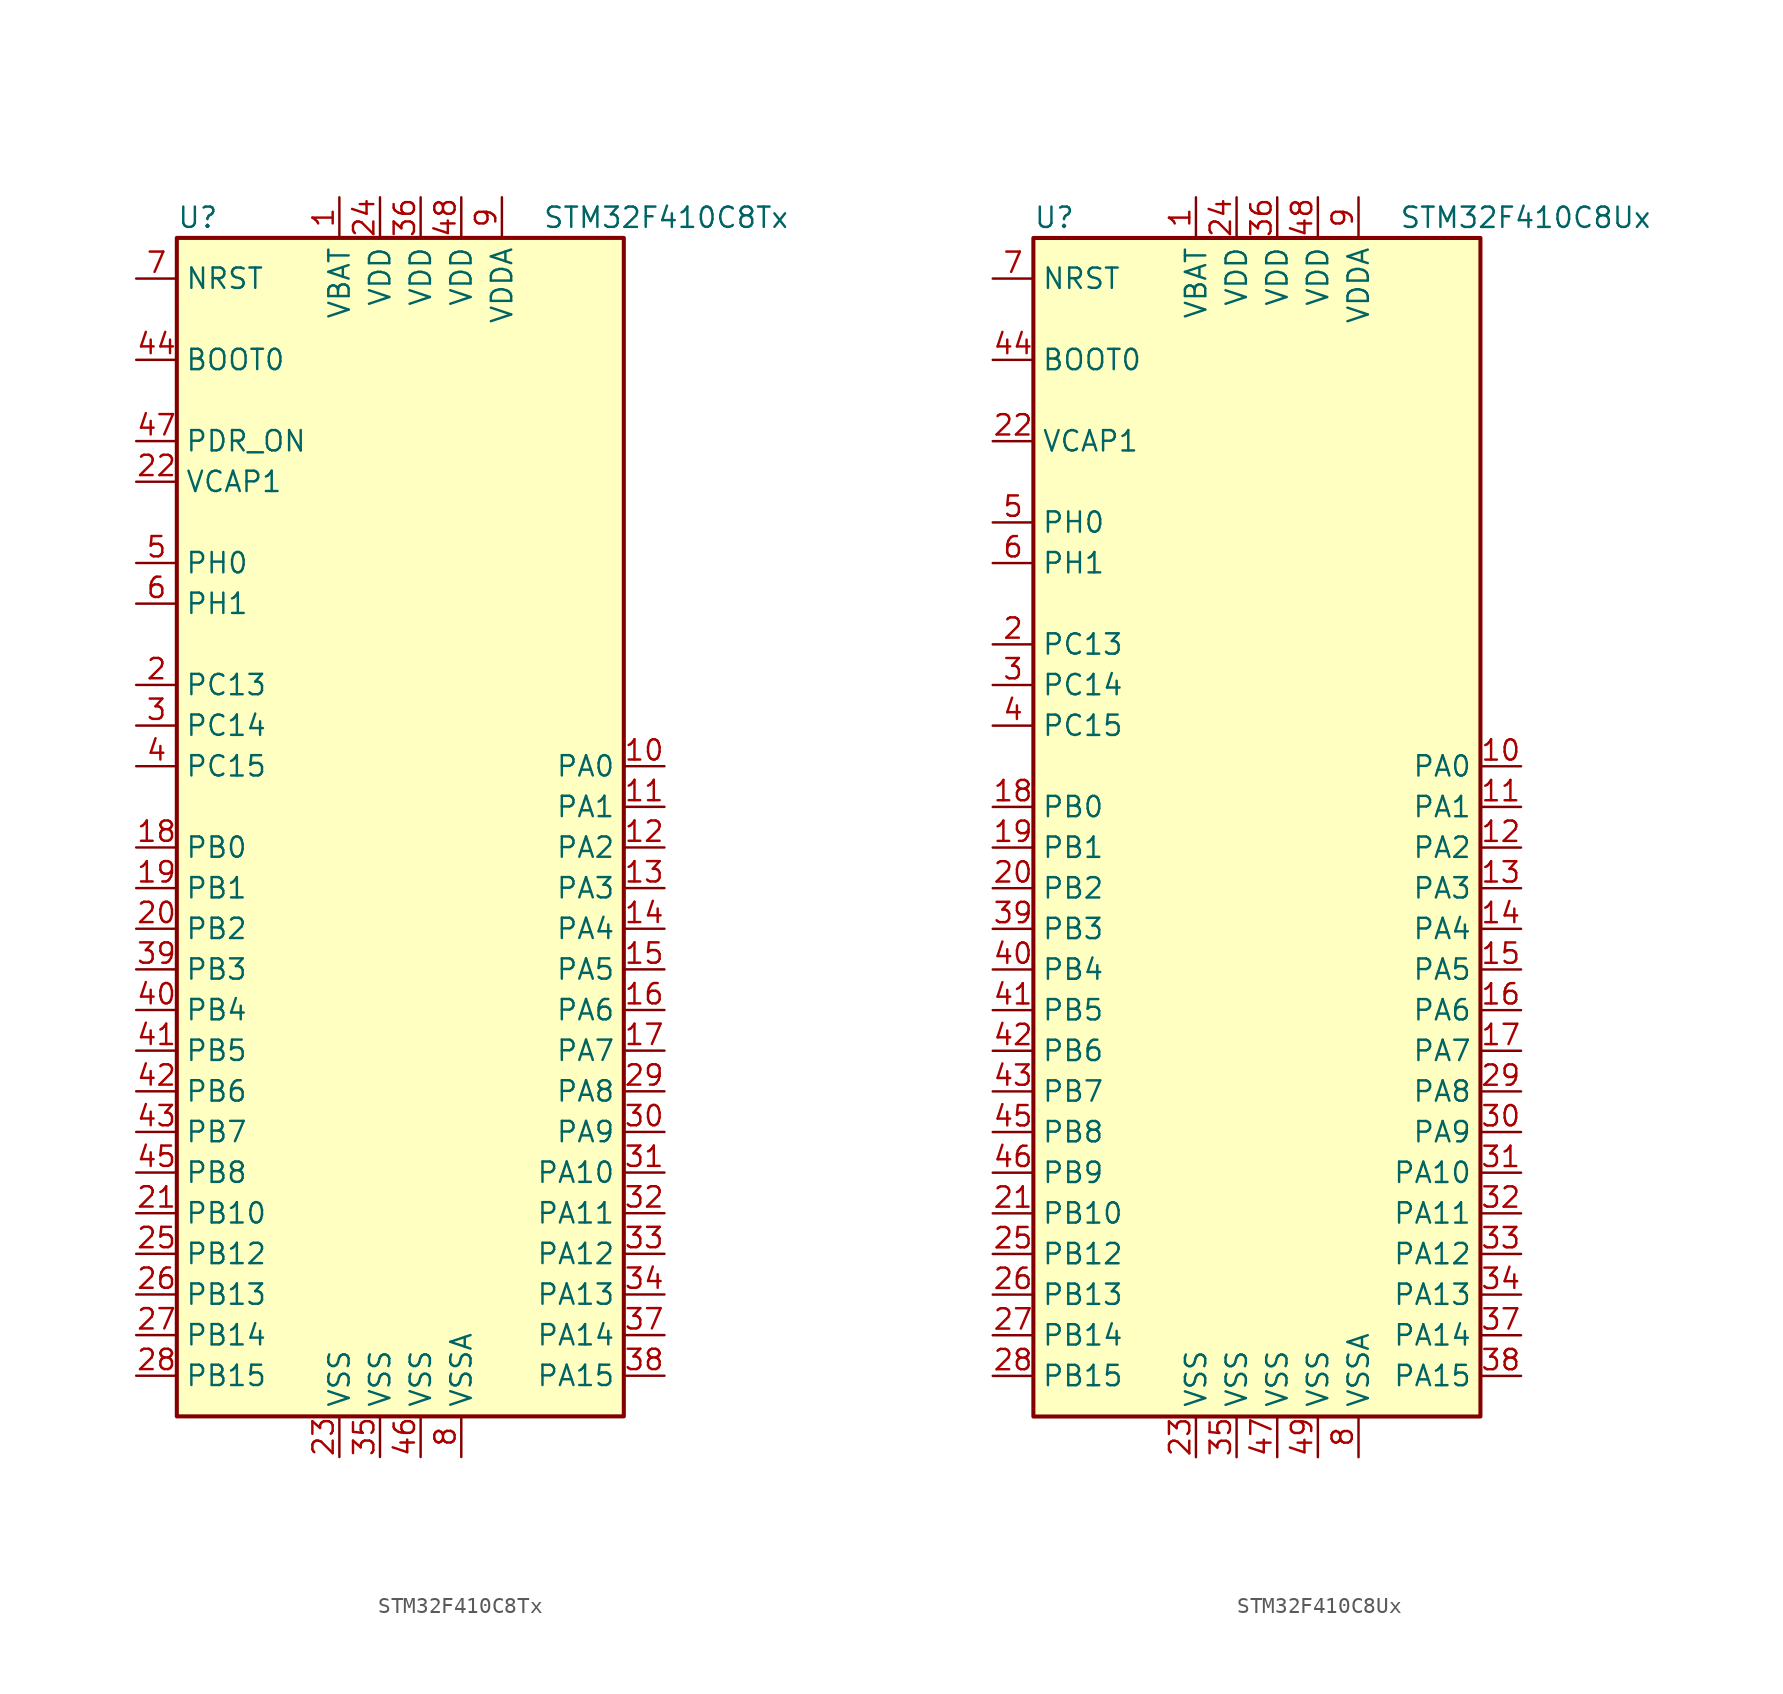
<source format=kicad_sym>
(kicad_symbol_lib
  (version 20211014)
  (generator kicad_symbol_editor)
  (symbol "STM32F410C8Tx"
    (property "Reference" "U"
      (at -15.24 36.83 0)
      (effects (font (size 1.27 1.27)) (justify left)))
    (property "Value" "STM32F410C8Tx"
      (at 7.62 36.83 0)
      (effects (font (size 1.27 1.27)) (justify left)))
    (symbol "STM32F410C8Tx_0_1"
      (rectangle (start -15.24 -38.1) (end 12.7 35.56) (stroke (width 0.254) (type default) (color 0 0 0 0)) (fill (type background))))
    (symbol "STM32F410C8Tx_1_1"
      (pin power_in line (at -5.08 38.1 270) (length 2.54) (name "VBAT" (effects (font (size 1.27 1.27)))) (number "1" (effects (font (size 1.27 1.27)))))
      (pin bidirectional line (at 15.24 2.54 180) (length 2.54) (name "PA0" (effects (font (size 1.27 1.27)))) (number "10" (effects (font (size 1.27 1.27)))))
      (pin bidirectional line (at 15.24 0 180) (length 2.54) (name "PA1" (effects (font (size 1.27 1.27)))) (number "11" (effects (font (size 1.27 1.27)))))
      (pin bidirectional line (at 15.24 -2.54 180) (length 2.54) (name "PA2" (effects (font (size 1.27 1.27)))) (number "12" (effects (font (size 1.27 1.27)))))
      (pin bidirectional line (at 15.24 -5.08 180) (length 2.54) (name "PA3" (effects (font (size 1.27 1.27)))) (number "13" (effects (font (size 1.27 1.27)))))
      (pin bidirectional line (at 15.24 -7.62 180) (length 2.54) (name "PA4" (effects (font (size 1.27 1.27)))) (number "14" (effects (font (size 1.27 1.27)))))
      (pin bidirectional line (at 15.24 -10.16 180) (length 2.54) (name "PA5" (effects (font (size 1.27 1.27)))) (number "15" (effects (font (size 1.27 1.27)))))
      (pin bidirectional line (at 15.24 -12.7 180) (length 2.54) (name "PA6" (effects (font (size 1.27 1.27)))) (number "16" (effects (font (size 1.27 1.27)))))
      (pin bidirectional line (at 15.24 -15.24 180) (length 2.54) (name "PA7" (effects (font (size 1.27 1.27)))) (number "17" (effects (font (size 1.27 1.27)))))
      (pin bidirectional line (at -17.78 -2.54 0) (length 2.54) (name "PB0" (effects (font (size 1.27 1.27)))) (number "18" (effects (font (size 1.27 1.27)))))
      (pin bidirectional line (at -17.78 -5.08 0) (length 2.54) (name "PB1" (effects (font (size 1.27 1.27)))) (number "19" (effects (font (size 1.27 1.27)))))
      (pin bidirectional line (at -17.78 7.62 0) (length 2.54) (name "PC13" (effects (font (size 1.27 1.27)))) (number "2" (effects (font (size 1.27 1.27)))))
      (pin bidirectional line (at -17.78 -7.62 0) (length 2.54) (name "PB2" (effects (font (size 1.27 1.27)))) (number "20" (effects (font (size 1.27 1.27)))))
      (pin bidirectional line (at -17.78 -25.4 0) (length 2.54) (name "PB10" (effects (font (size 1.27 1.27)))) (number "21" (effects (font (size 1.27 1.27)))))
      (pin power_in line (at -17.78 20.32 0) (length 2.54) (name "VCAP1" (effects (font (size 1.27 1.27)))) (number "22" (effects (font (size 1.27 1.27)))))
      (pin power_in line (at -5.08 -40.64 90) (length 2.54) (name "VSS" (effects (font (size 1.27 1.27)))) (number "23" (effects (font (size 1.27 1.27)))))
      (pin power_in line (at -2.54 38.1 270) (length 2.54) (name "VDD" (effects (font (size 1.27 1.27)))) (number "24" (effects (font (size 1.27 1.27)))))
      (pin bidirectional line (at -17.78 -27.94 0) (length 2.54) (name "PB12" (effects (font (size 1.27 1.27)))) (number "25" (effects (font (size 1.27 1.27)))))
      (pin bidirectional line (at -17.78 -30.48 0) (length 2.54) (name "PB13" (effects (font (size 1.27 1.27)))) (number "26" (effects (font (size 1.27 1.27)))))
      (pin bidirectional line (at -17.78 -33.02 0) (length 2.54) (name "PB14" (effects (font (size 1.27 1.27)))) (number "27" (effects (font (size 1.27 1.27)))))
      (pin bidirectional line (at -17.78 -35.56 0) (length 2.54) (name "PB15" (effects (font (size 1.27 1.27)))) (number "28" (effects (font (size 1.27 1.27)))))
      (pin bidirectional line (at 15.24 -17.78 180) (length 2.54) (name "PA8" (effects (font (size 1.27 1.27)))) (number "29" (effects (font (size 1.27 1.27)))))
      (pin bidirectional line (at -17.78 5.08 0) (length 2.54) (name "PC14" (effects (font (size 1.27 1.27)))) (number "3" (effects (font (size 1.27 1.27)))))
      (pin bidirectional line (at 15.24 -20.32 180) (length 2.54) (name "PA9" (effects (font (size 1.27 1.27)))) (number "30" (effects (font (size 1.27 1.27)))))
      (pin bidirectional line (at 15.24 -22.86 180) (length 2.54) (name "PA10" (effects (font (size 1.27 1.27)))) (number "31" (effects (font (size 1.27 1.27)))))
      (pin bidirectional line (at 15.24 -25.4 180) (length 2.54) (name "PA11" (effects (font (size 1.27 1.27)))) (number "32" (effects (font (size 1.27 1.27)))))
      (pin bidirectional line (at 15.24 -27.94 180) (length 2.54) (name "PA12" (effects (font (size 1.27 1.27)))) (number "33" (effects (font (size 1.27 1.27)))))
      (pin bidirectional line (at 15.24 -30.48 180) (length 2.54) (name "PA13" (effects (font (size 1.27 1.27)))) (number "34" (effects (font (size 1.27 1.27)))))
      (pin power_in line (at -2.54 -40.64 90) (length 2.54) (name "VSS" (effects (font (size 1.27 1.27)))) (number "35" (effects (font (size 1.27 1.27)))))
      (pin power_in line (at 0 38.1 270) (length 2.54) (name "VDD" (effects (font (size 1.27 1.27)))) (number "36" (effects (font (size 1.27 1.27)))))
      (pin bidirectional line (at 15.24 -33.02 180) (length 2.54) (name "PA14" (effects (font (size 1.27 1.27)))) (number "37" (effects (font (size 1.27 1.27)))))
      (pin bidirectional line (at 15.24 -35.56 180) (length 2.54) (name "PA15" (effects (font (size 1.27 1.27)))) (number "38" (effects (font (size 1.27 1.27)))))
      (pin bidirectional line (at -17.78 -10.16 0) (length 2.54) (name "PB3" (effects (font (size 1.27 1.27)))) (number "39" (effects (font (size 1.27 1.27)))))
      (pin bidirectional line (at -17.78 2.54 0) (length 2.54) (name "PC15" (effects (font (size 1.27 1.27)))) (number "4" (effects (font (size 1.27 1.27)))))
      (pin bidirectional line (at -17.78 -12.7 0) (length 2.54) (name "PB4" (effects (font (size 1.27 1.27)))) (number "40" (effects (font (size 1.27 1.27)))))
      (pin bidirectional line (at -17.78 -15.24 0) (length 2.54) (name "PB5" (effects (font (size 1.27 1.27)))) (number "41" (effects (font (size 1.27 1.27)))))
      (pin bidirectional line (at -17.78 -17.78 0) (length 2.54) (name "PB6" (effects (font (size 1.27 1.27)))) (number "42" (effects (font (size 1.27 1.27)))))
      (pin bidirectional line (at -17.78 -20.32 0) (length 2.54) (name "PB7" (effects (font (size 1.27 1.27)))) (number "43" (effects (font (size 1.27 1.27)))))
      (pin input line (at -17.78 27.94 0) (length 2.54) (name "BOOT0" (effects (font (size 1.27 1.27)))) (number "44" (effects (font (size 1.27 1.27)))))
      (pin bidirectional line (at -17.78 -22.86 0) (length 2.54) (name "PB8" (effects (font (size 1.27 1.27)))) (number "45" (effects (font (size 1.27 1.27)))))
      (pin power_in line (at 0 -40.64 90) (length 2.54) (name "VSS" (effects (font (size 1.27 1.27)))) (number "46" (effects (font (size 1.27 1.27)))))
      (pin power_in line (at -17.78 22.86 0) (length 2.54) (name "PDR_ON" (effects (font (size 1.27 1.27)))) (number "47" (effects (font (size 1.27 1.27)))))
      (pin power_in line (at 2.54 38.1 270) (length 2.54) (name "VDD" (effects (font (size 1.27 1.27)))) (number "48" (effects (font (size 1.27 1.27)))))
      (pin input line (at -17.78 15.24 0) (length 2.54) (name "PH0" (effects (font (size 1.27 1.27)))) (number "5" (effects (font (size 1.27 1.27)))))
      (pin input line (at -17.78 12.7 0) (length 2.54) (name "PH1" (effects (font (size 1.27 1.27)))) (number "6" (effects (font (size 1.27 1.27)))))
      (pin input line (at -17.78 33.02 0) (length 2.54) (name "NRST" (effects (font (size 1.27 1.27)))) (number "7" (effects (font (size 1.27 1.27)))))
      (pin power_in line (at 2.54 -40.64 90) (length 2.54) (name "VSSA" (effects (font (size 1.27 1.27)))) (number "8" (effects (font (size 1.27 1.27)))))
      (pin power_in line (at 5.08 38.1 270) (length 2.54) (name "VDDA" (effects (font (size 1.27 1.27)))) (number "9" (effects (font (size 1.27 1.27)))))))
  (symbol "STM32F410C8Ux"
    (property "Reference" "U"
      (at -15.24 36.83 0)
      (effects (font (size 1.27 1.27)) (justify left)))
    (property "Value" "STM32F410C8Ux"
      (at 7.62 36.83 0)
      (effects (font (size 1.27 1.27)) (justify left)))
    (symbol "STM32F410C8Ux_0_1"
      (rectangle (start -15.24 -38.1) (end 12.7 35.56) (stroke (width 0.254) (type default) (color 0 0 0 0)) (fill (type background))))
    (symbol "STM32F410C8Ux_1_1"
      (pin power_in line (at -5.08 38.1 270) (length 2.54) (name "VBAT" (effects (font (size 1.27 1.27)))) (number "1" (effects (font (size 1.27 1.27)))))
      (pin bidirectional line (at 15.24 2.54 180) (length 2.54) (name "PA0" (effects (font (size 1.27 1.27)))) (number "10" (effects (font (size 1.27 1.27)))))
      (pin bidirectional line (at 15.24 0 180) (length 2.54) (name "PA1" (effects (font (size 1.27 1.27)))) (number "11" (effects (font (size 1.27 1.27)))))
      (pin bidirectional line (at 15.24 -2.54 180) (length 2.54) (name "PA2" (effects (font (size 1.27 1.27)))) (number "12" (effects (font (size 1.27 1.27)))))
      (pin bidirectional line (at 15.24 -5.08 180) (length 2.54) (name "PA3" (effects (font (size 1.27 1.27)))) (number "13" (effects (font (size 1.27 1.27)))))
      (pin bidirectional line (at 15.24 -7.62 180) (length 2.54) (name "PA4" (effects (font (size 1.27 1.27)))) (number "14" (effects (font (size 1.27 1.27)))))
      (pin bidirectional line (at 15.24 -10.16 180) (length 2.54) (name "PA5" (effects (font (size 1.27 1.27)))) (number "15" (effects (font (size 1.27 1.27)))))
      (pin bidirectional line (at 15.24 -12.7 180) (length 2.54) (name "PA6" (effects (font (size 1.27 1.27)))) (number "16" (effects (font (size 1.27 1.27)))))
      (pin bidirectional line (at 15.24 -15.24 180) (length 2.54) (name "PA7" (effects (font (size 1.27 1.27)))) (number "17" (effects (font (size 1.27 1.27)))))
      (pin bidirectional line (at -17.78 0 0) (length 2.54) (name "PB0" (effects (font (size 1.27 1.27)))) (number "18" (effects (font (size 1.27 1.27)))))
      (pin bidirectional line (at -17.78 -2.54 0) (length 2.54) (name "PB1" (effects (font (size 1.27 1.27)))) (number "19" (effects (font (size 1.27 1.27)))))
      (pin bidirectional line (at -17.78 10.16 0) (length 2.54) (name "PC13" (effects (font (size 1.27 1.27)))) (number "2" (effects (font (size 1.27 1.27)))))
      (pin bidirectional line (at -17.78 -5.08 0) (length 2.54) (name "PB2" (effects (font (size 1.27 1.27)))) (number "20" (effects (font (size 1.27 1.27)))))
      (pin bidirectional line (at -17.78 -25.4 0) (length 2.54) (name "PB10" (effects (font (size 1.27 1.27)))) (number "21" (effects (font (size 1.27 1.27)))))
      (pin power_in line (at -17.78 22.86 0) (length 2.54) (name "VCAP1" (effects (font (size 1.27 1.27)))) (number "22" (effects (font (size 1.27 1.27)))))
      (pin power_in line (at -5.08 -40.64 90) (length 2.54) (name "VSS" (effects (font (size 1.27 1.27)))) (number "23" (effects (font (size 1.27 1.27)))))
      (pin power_in line (at -2.54 38.1 270) (length 2.54) (name "VDD" (effects (font (size 1.27 1.27)))) (number "24" (effects (font (size 1.27 1.27)))))
      (pin bidirectional line (at -17.78 -27.94 0) (length 2.54) (name "PB12" (effects (font (size 1.27 1.27)))) (number "25" (effects (font (size 1.27 1.27)))))
      (pin bidirectional line (at -17.78 -30.48 0) (length 2.54) (name "PB13" (effects (font (size 1.27 1.27)))) (number "26" (effects (font (size 1.27 1.27)))))
      (pin bidirectional line (at -17.78 -33.02 0) (length 2.54) (name "PB14" (effects (font (size 1.27 1.27)))) (number "27" (effects (font (size 1.27 1.27)))))
      (pin bidirectional line (at -17.78 -35.56 0) (length 2.54) (name "PB15" (effects (font (size 1.27 1.27)))) (number "28" (effects (font (size 1.27 1.27)))))
      (pin bidirectional line (at 15.24 -17.78 180) (length 2.54) (name "PA8" (effects (font (size 1.27 1.27)))) (number "29" (effects (font (size 1.27 1.27)))))
      (pin bidirectional line (at -17.78 7.62 0) (length 2.54) (name "PC14" (effects (font (size 1.27 1.27)))) (number "3" (effects (font (size 1.27 1.27)))))
      (pin bidirectional line (at 15.24 -20.32 180) (length 2.54) (name "PA9" (effects (font (size 1.27 1.27)))) (number "30" (effects (font (size 1.27 1.27)))))
      (pin bidirectional line (at 15.24 -22.86 180) (length 2.54) (name "PA10" (effects (font (size 1.27 1.27)))) (number "31" (effects (font (size 1.27 1.27)))))
      (pin bidirectional line (at 15.24 -25.4 180) (length 2.54) (name "PA11" (effects (font (size 1.27 1.27)))) (number "32" (effects (font (size 1.27 1.27)))))
      (pin bidirectional line (at 15.24 -27.94 180) (length 2.54) (name "PA12" (effects (font (size 1.27 1.27)))) (number "33" (effects (font (size 1.27 1.27)))))
      (pin bidirectional line (at 15.24 -30.48 180) (length 2.54) (name "PA13" (effects (font (size 1.27 1.27)))) (number "34" (effects (font (size 1.27 1.27)))))
      (pin power_in line (at -2.54 -40.64 90) (length 2.54) (name "VSS" (effects (font (size 1.27 1.27)))) (number "35" (effects (font (size 1.27 1.27)))))
      (pin power_in line (at 0 38.1 270) (length 2.54) (name "VDD" (effects (font (size 1.27 1.27)))) (number "36" (effects (font (size 1.27 1.27)))))
      (pin bidirectional line (at 15.24 -33.02 180) (length 2.54) (name "PA14" (effects (font (size 1.27 1.27)))) (number "37" (effects (font (size 1.27 1.27)))))
      (pin bidirectional line (at 15.24 -35.56 180) (length 2.54) (name "PA15" (effects (font (size 1.27 1.27)))) (number "38" (effects (font (size 1.27 1.27)))))
      (pin bidirectional line (at -17.78 -7.62 0) (length 2.54) (name "PB3" (effects (font (size 1.27 1.27)))) (number "39" (effects (font (size 1.27 1.27)))))
      (pin bidirectional line (at -17.78 5.08 0) (length 2.54) (name "PC15" (effects (font (size 1.27 1.27)))) (number "4" (effects (font (size 1.27 1.27)))))
      (pin bidirectional line (at -17.78 -10.16 0) (length 2.54) (name "PB4" (effects (font (size 1.27 1.27)))) (number "40" (effects (font (size 1.27 1.27)))))
      (pin bidirectional line (at -17.78 -12.7 0) (length 2.54) (name "PB5" (effects (font (size 1.27 1.27)))) (number "41" (effects (font (size 1.27 1.27)))))
      (pin bidirectional line (at -17.78 -15.24 0) (length 2.54) (name "PB6" (effects (font (size 1.27 1.27)))) (number "42" (effects (font (size 1.27 1.27)))))
      (pin bidirectional line (at -17.78 -17.78 0) (length 2.54) (name "PB7" (effects (font (size 1.27 1.27)))) (number "43" (effects (font (size 1.27 1.27)))))
      (pin input line (at -17.78 27.94 0) (length 2.54) (name "BOOT0" (effects (font (size 1.27 1.27)))) (number "44" (effects (font (size 1.27 1.27)))))
      (pin bidirectional line (at -17.78 -20.32 0) (length 2.54) (name "PB8" (effects (font (size 1.27 1.27)))) (number "45" (effects (font (size 1.27 1.27)))))
      (pin bidirectional line (at -17.78 -22.86 0) (length 2.54) (name "PB9" (effects (font (size 1.27 1.27)))) (number "46" (effects (font (size 1.27 1.27)))))
      (pin power_in line (at 0 -40.64 90) (length 2.54) (name "VSS" (effects (font (size 1.27 1.27)))) (number "47" (effects (font (size 1.27 1.27)))))
      (pin power_in line (at 2.54 38.1 270) (length 2.54) (name "VDD" (effects (font (size 1.27 1.27)))) (number "48" (effects (font (size 1.27 1.27)))))
      (pin power_in line (at 2.54 -40.64 90) (length 2.54) (name "VSS" (effects (font (size 1.27 1.27)))) (number "49" (effects (font (size 1.27 1.27)))))
      (pin input line (at -17.78 17.78 0) (length 2.54) (name "PH0" (effects (font (size 1.27 1.27)))) (number "5" (effects (font (size 1.27 1.27)))))
      (pin input line (at -17.78 15.24 0) (length 2.54) (name "PH1" (effects (font (size 1.27 1.27)))) (number "6" (effects (font (size 1.27 1.27)))))
      (pin input line (at -17.78 33.02 0) (length 2.54) (name "NRST" (effects (font (size 1.27 1.27)))) (number "7" (effects (font (size 1.27 1.27)))))
      (pin power_in line (at 5.08 -40.64 90) (length 2.54) (name "VSSA" (effects (font (size 1.27 1.27)))) (number "8" (effects (font (size 1.27 1.27)))))
      (pin power_in line (at 5.08 38.1 270) (length 2.54) (name "VDDA" (effects (font (size 1.27 1.27)))) (number "9" (effects (font (size 1.27 1.27))))))))
</source>
